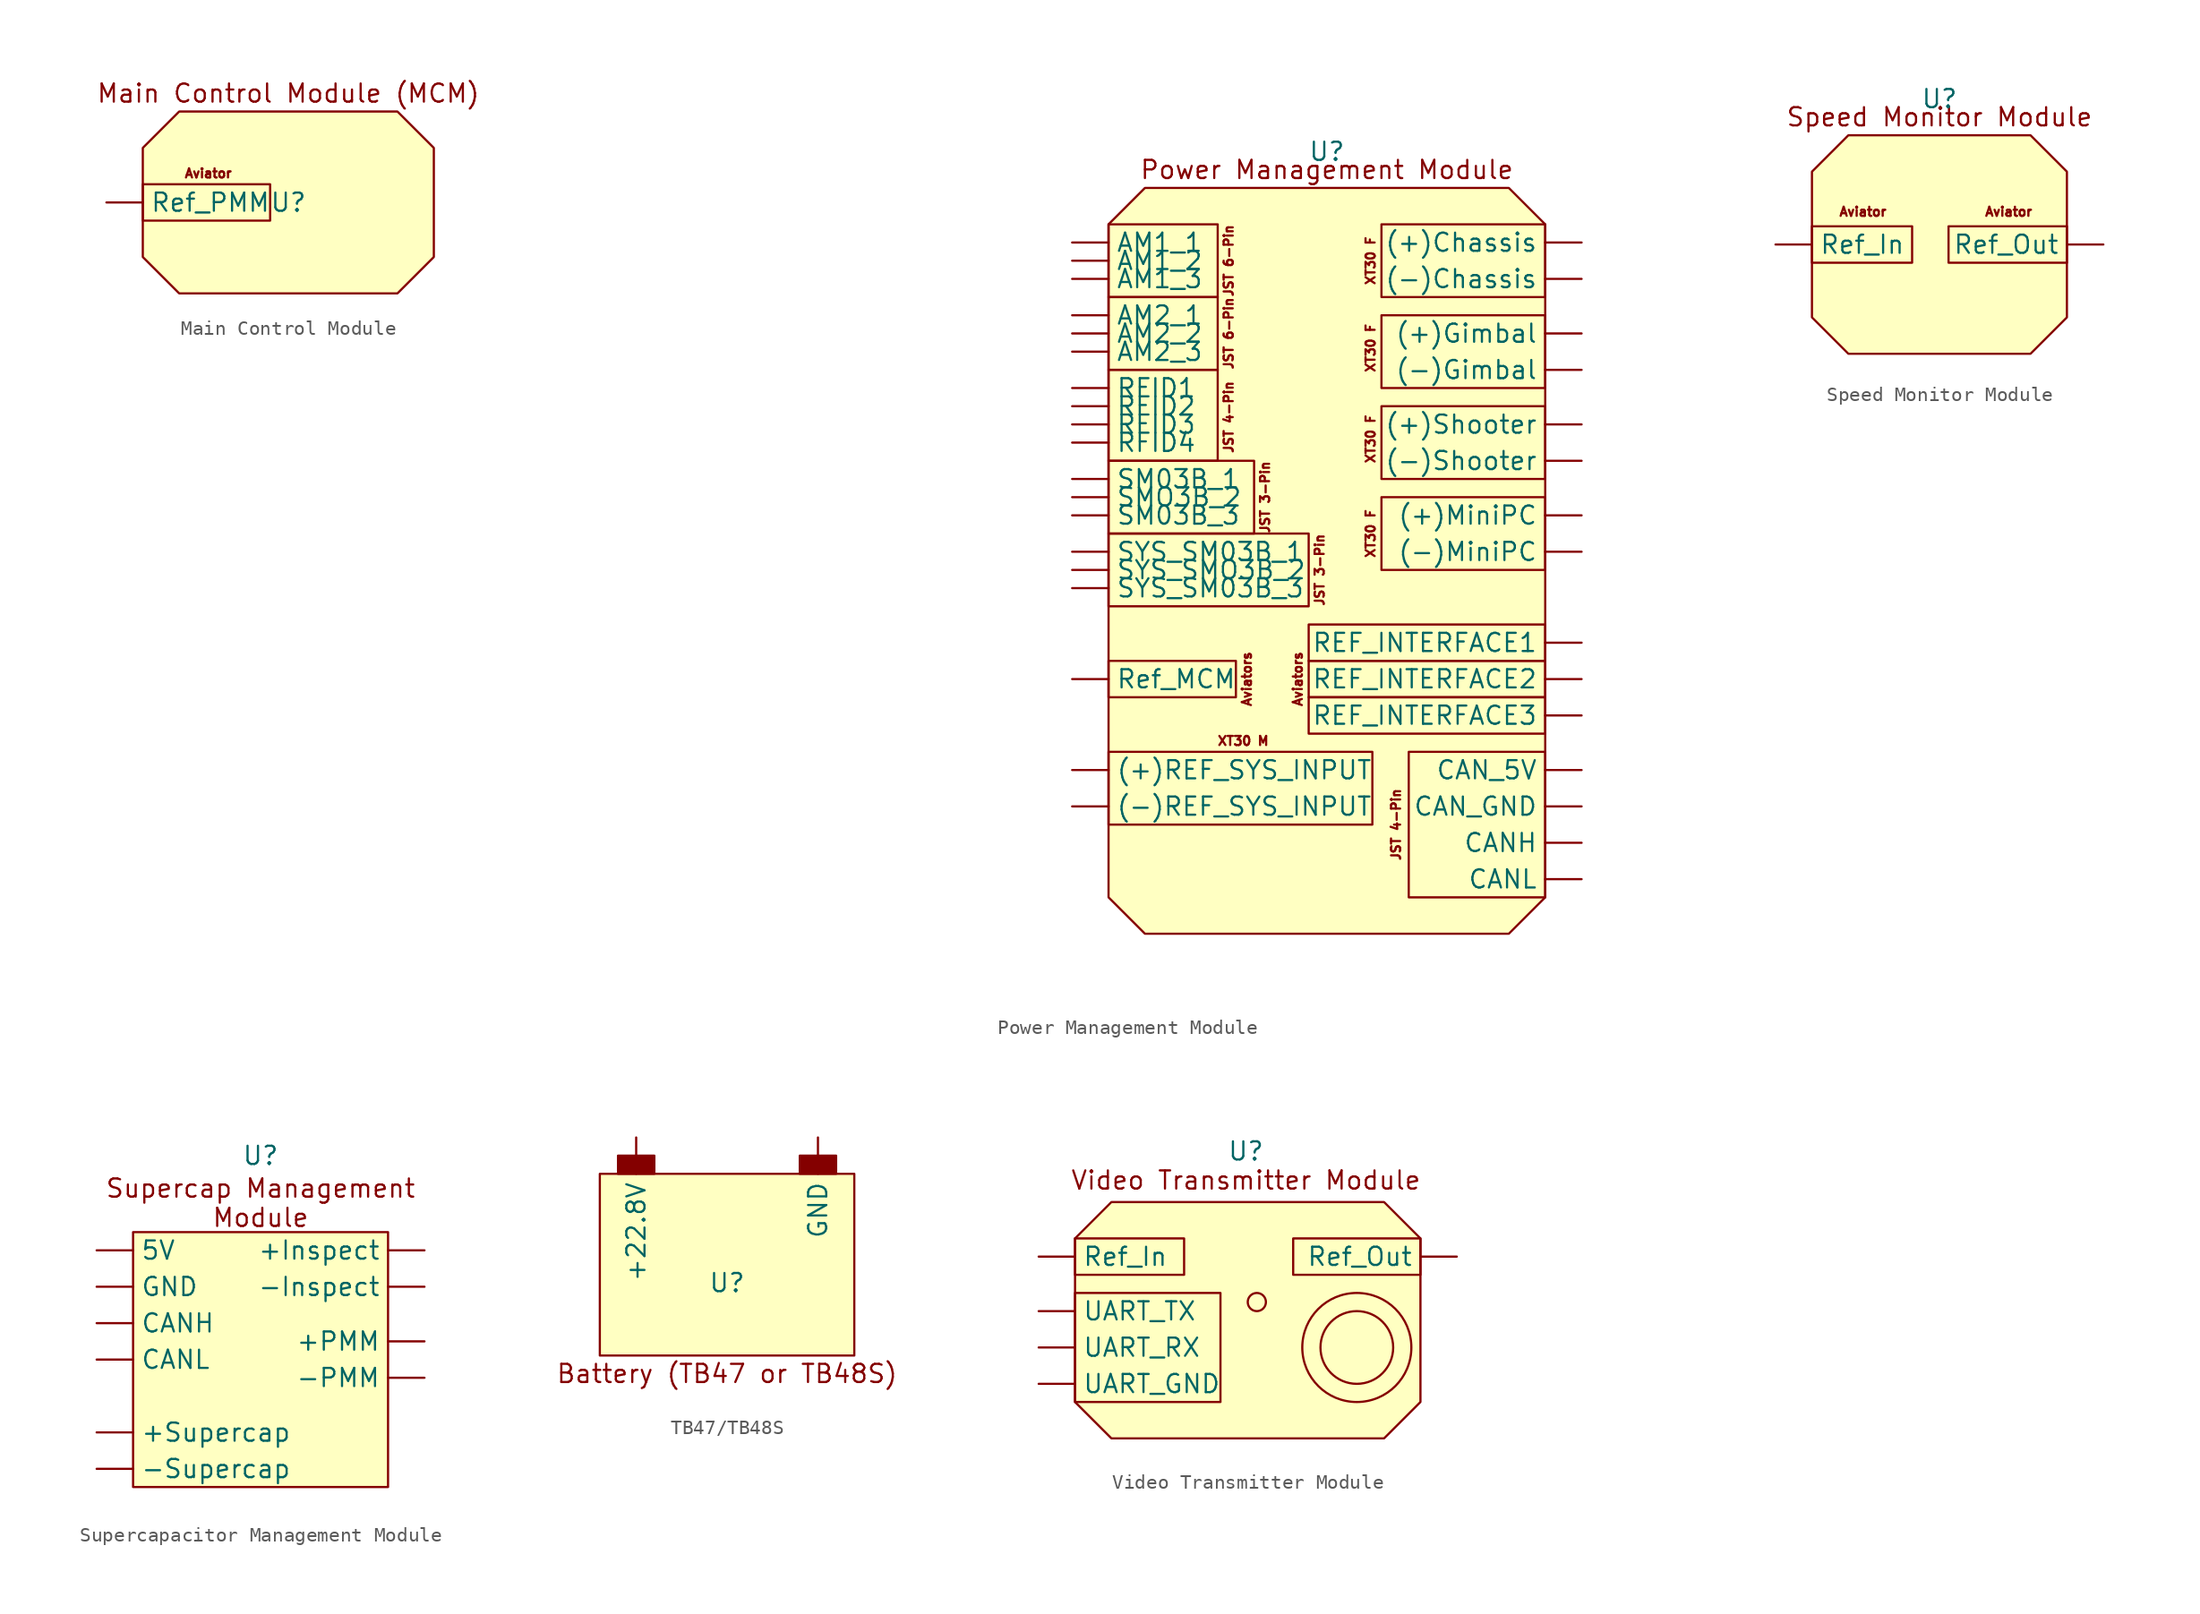
<source format=kicad_sym>
(kicad_symbol_lib
  (version 20231120)
  (generator "kicad_symbol_editor")
  (generator_version "8.0")
  (symbol "Main Control Module"
    (property "Reference" "U"
      (at 0 0 0)
      (effects (font (size 1.27 1.27))))
    (property "Value" ""
      (at 0 0 0)
      (effects (font (size 1.27 1.27))))
    (symbol "Main Control Module_1_1"
      (rectangle (start -10.16 1.27) (end -1.27 -1.27) (stroke (width 0) (type default)) (fill (type none)))
      (polyline (pts (xy -10.16 3.81) (xy -7.62 6.35) (xy 7.62 6.35) (xy 10.16 3.81) (xy 10.16 -3.81) (xy 7.62 -6.35) (xy -7.62 -6.35) (xy -10.16 -3.81) (xy -10.16 3.81)) (stroke (width 0) (type default)) (fill (type background)))
      (text "Aviator" (at -5.588 2.032 0) (effects (font (size 0.635 0.635))))
      (text "Main Control Module (MCM)" (at 0 7.62 0) (effects (font (size 1.27 1.27))))
      (pin unspecified line (at -12.7 0 0) (length 2.54) (name "Ref_PMM" (effects (font (size 1.27 1.27)))) (number "" (effects (font (size 1.27 1.27)))))))
  (symbol "Power Management Module"
    (property "Reference" "U"
      (at 0 26.67 0)
      (effects (font (size 1.27 1.27))))
    (property "Value" ""
      (at -45.72 3.81 0)
      (effects (font (size 1.27 1.27))))
    (symbol "Power Management Module_0_1"
      (rectangle (start -15.24 -15.24) (end 3.175 -20.32) (stroke (width 0) (type default)) (fill (type none)))
      (rectangle (start -15.24 0) (end -1.27 -5.08) (stroke (width 0) (type default)) (fill (type none)))
      (rectangle (start -15.24 5.08) (end -5.08 0) (stroke (width 0) (type default)) (fill (type none)))
      (rectangle (start -15.24 11.43) (end -7.62 5.08) (stroke (width 0) (type default)) (fill (type none)))
      (rectangle (start -15.24 16.51) (end -7.62 11.43) (stroke (width 0) (type default)) (fill (type none)))
      (rectangle (start -15.24 21.59) (end -7.62 16.51) (stroke (width 0) (type default)) (fill (type none)))
      (rectangle (start 3.81 2.54) (end 15.24 -2.54) (stroke (width 0) (type default)) (fill (type none)))
      (rectangle (start 3.81 8.89) (end 15.24 3.81) (stroke (width 0) (type default)) (fill (type none)))
      (rectangle (start 3.81 15.24) (end 15.24 10.16) (stroke (width 0) (type default)) (fill (type none)))
      (rectangle (start 3.81 21.59) (end 15.24 16.51) (stroke (width 0) (type default)) (fill (type none))))
    (symbol "Power Management Module_1_1"
      (rectangle (start -15.24 -8.89) (end -6.35 -11.43) (stroke (width 0) (type default)) (fill (type none)))
      (rectangle (start -1.27 -8.89) (end 15.24 -11.43) (stroke (width 0) (type default)) (fill (type none)))
      (polyline (pts (xy -15.24 21.59) (xy -12.7 24.13) (xy 12.7 24.13) (xy 15.24 21.59) (xy 15.24 -25.4) (xy 12.7 -27.94) (xy -12.7 -27.94) (xy -15.24 -25.4) (xy -15.24 21.59)) (stroke (width 0) (type default)) (fill (type background)))
      (rectangle (start 5.715 -15.24) (end 15.24 -25.4) (stroke (width 0) (type default)) (fill (type none)))
      (rectangle (start 15.24 -11.43) (end -1.27 -13.97) (stroke (width 0) (type default)) (fill (type none)))
      (rectangle (start 15.24 -6.35) (end -1.27 -8.89) (stroke (width 0) (type default)) (fill (type none)))
      (text "Aviators" (at -5.588 -10.16 900) (effects (font (size 0.635 0.635))))
      (text "Aviators" (at -2.032 -10.16 900) (effects (font (size 0.635 0.635))))
      (text "JST 3-Pin" (at -4.318 2.54 900) (effects (font (size 0.635 0.635))))
      (text "JST 3-Pin" (at -0.508 -2.54 900) (effects (font (size 0.635 0.635))))
      (text "JST 4-Pin" (at -6.858 8.128 900) (effects (font (size 0.635 0.635))))
      (text "JST 4-Pin" (at 4.826 -20.32 900) (effects (font (size 0.635 0.635))))
      (text "JST 6-Pin" (at -6.858 13.97 900) (effects (font (size 0.635 0.635))))
      (text "JST 6-Pin" (at -6.858 19.05 900) (effects (font (size 0.635 0.635))))
      (text "Power Management Module" (at 0 25.4 0) (effects (font (size 1.27 1.27))))
      (text "XT30 F" (at 3.048 0 900) (effects (font (size 0.635 0.635))))
      (text "XT30 F" (at 3.048 6.604 900) (effects (font (size 0.635 0.635))))
      (text "XT30 F" (at 3.048 12.954 900) (effects (font (size 0.635 0.635))))
      (text "XT30 F" (at 3.048 19.05 900) (effects (font (size 0.635 0.635))))
      (text "XT30 M" (at -5.842 -14.478 0) (effects (font (size 0.635 0.635))))
      (pin output line (at 17.78 20.32 180) (length 2.54) (name "(+)Chassis" (effects (font (size 1.27 1.27)))) (number "" (effects (font (size 1.27 1.27)))))
      (pin output line (at 17.78 13.97 180) (length 2.54) (name "(+)Gimbal" (effects (font (size 1.27 1.27)))) (number "" (effects (font (size 1.27 1.27)))))
      (pin output line (at 17.78 1.27 180) (length 2.54) (name "(+)MiniPC" (effects (font (size 1.27 1.27)))) (number "" (effects (font (size 1.27 1.27)))))
      (pin input line (at -17.78 -16.51 0) (length 2.54) (name "(+)REF_SYS_INPUT" (effects (font (size 1.27 1.27)))) (number "" (effects (font (size 1.27 1.27)))))
      (pin output line (at 17.78 7.62 180) (length 2.54) (name "(+)Shooter" (effects (font (size 1.27 1.27)))) (number "" (effects (font (size 1.27 1.27)))))
      (pin output line (at 17.78 17.78 180) (length 2.54) (name "(-)Chassis" (effects (font (size 1.27 1.27)))) (number "" (effects (font (size 1.27 1.27)))))
      (pin output line (at 17.78 11.43 180) (length 2.54) (name "(-)Gimbal" (effects (font (size 1.27 1.27)))) (number "" (effects (font (size 1.27 1.27)))))
      (pin output line (at 17.78 -1.27 180) (length 2.54) (name "(-)MiniPC" (effects (font (size 1.27 1.27)))) (number "" (effects (font (size 1.27 1.27)))))
      (pin input line (at -17.78 -19.05 0) (length 2.54) (name "(-)REF_SYS_INPUT" (effects (font (size 1.27 1.27)))) (number "" (effects (font (size 1.27 1.27)))))
      (pin output line (at 17.78 5.08 180) (length 2.54) (name "(-)Shooter" (effects (font (size 1.27 1.27)))) (number "" (effects (font (size 1.27 1.27)))))
      (pin output line (at -17.78 20.32 0) (length 2.54) (name "AM1_1" (effects (font (size 1.27 1.27)))) (number "" (effects (font (size 1.27 1.27)))))
      (pin output line (at -17.78 19.05 0) (length 2.54) (name "AM1_2" (effects (font (size 1.27 1.27)))) (number "" (effects (font (size 1.27 1.27)))))
      (pin output line (at -17.78 17.78 0) (length 2.54) (name "AM1_3" (effects (font (size 1.27 1.27)))) (number "" (effects (font (size 1.27 1.27)))))
      (pin output line (at -17.78 15.24 0) (length 2.54) (name "AM2_1" (effects (font (size 1.27 1.27)))) (number "" (effects (font (size 1.27 1.27)))))
      (pin output line (at -17.78 13.97 0) (length 2.54) (name "AM2_2" (effects (font (size 1.27 1.27)))) (number "" (effects (font (size 1.27 1.27)))))
      (pin output line (at -17.78 12.7 0) (length 2.54) (name "AM2_3" (effects (font (size 1.27 1.27)))) (number "" (effects (font (size 1.27 1.27)))))
      (pin output line (at 17.78 -21.59 180) (length 2.54) (name "CANH" (effects (font (size 1.27 1.27)))) (number "" (effects (font (size 1.27 1.27)))))
      (pin output line (at 17.78 -24.13 180) (length 2.54) (name "CANL" (effects (font (size 1.27 1.27)))) (number "" (effects (font (size 1.27 1.27)))))
      (pin output line (at 17.78 -16.51 180) (length 2.54) (name "CAN_5V" (effects (font (size 1.27 1.27)))) (number "" (effects (font (size 1.27 1.27)))))
      (pin output line (at 17.78 -19.05 180) (length 2.54) (name "CAN_GND" (effects (font (size 1.27 1.27)))) (number "" (effects (font (size 1.27 1.27)))))
      (pin unspecified line (at 17.78 -7.62 180) (length 2.54) (name "REF_INTERFACE1" (effects (font (size 1.27 1.27)))) (number "" (effects (font (size 1.27 1.27)))))
      (pin unspecified line (at 17.78 -10.16 180) (length 2.54) (name "REF_INTERFACE2" (effects (font (size 1.27 1.27)))) (number "" (effects (font (size 1.27 1.27)))))
      (pin unspecified line (at 17.78 -12.7 180) (length 2.54) (name "REF_INTERFACE3" (effects (font (size 1.27 1.27)))) (number "" (effects (font (size 1.27 1.27)))))
      (pin output line (at -17.78 10.16 0) (length 2.54) (name "RFID1" (effects (font (size 1.27 1.27)))) (number "" (effects (font (size 1.27 1.27)))))
      (pin output line (at -17.78 8.89 0) (length 2.54) (name "RFID2" (effects (font (size 1.27 1.27)))) (number "" (effects (font (size 1.27 1.27)))))
      (pin output line (at -17.78 7.62 0) (length 2.54) (name "RFID3" (effects (font (size 1.27 1.27)))) (number "" (effects (font (size 1.27 1.27)))))
      (pin output line (at -17.78 6.35 0) (length 2.54) (name "RFID4" (effects (font (size 1.27 1.27)))) (number "" (effects (font (size 1.27 1.27)))))
      (pin unspecified line (at -17.78 -10.16 0) (length 2.54) (name "Ref_MCM" (effects (font (size 1.27 1.27)))) (number "" (effects (font (size 1.27 1.27)))))
      (pin output line (at -17.78 3.81 0) (length 2.54) (name "SM03B_1" (effects (font (size 1.27 1.27)))) (number "" (effects (font (size 1.27 1.27)))))
      (pin output line (at -17.78 1.27 0) (length 2.54) (name "SM03B_3" (effects (font (size 1.27 1.27)))) (number "" (effects (font (size 1.27 1.27)))))
      (pin output line (at -17.78 2.54 0) (length 2.54) (name "SMO3B_2" (effects (font (size 1.27 1.27)))) (number "" (effects (font (size 1.27 1.27)))))
      (pin output line (at -17.78 -1.27 0) (length 2.54) (name "SYS_SM03B_1" (effects (font (size 1.27 1.27)))) (number "" (effects (font (size 1.27 1.27)))))
      (pin output line (at -17.78 -3.81 0) (length 2.54) (name "SYS_SM03B_3" (effects (font (size 1.27 1.27)))) (number "" (effects (font (size 1.27 1.27)))))
      (pin output line (at -17.78 -2.54 0) (length 2.54) (name "SYS_SMO3B_2" (effects (font (size 1.27 1.27)))) (number "" (effects (font (size 1.27 1.27)))))))
  (symbol "Speed Monitor Module"
    (property "Reference" "U"
      (at 0 10.16 0)
      (effects (font (size 1.27 1.27))))
    (property "Value" ""
      (at 0 7.62 0)
      (effects (font (size 1.27 1.27))))
    (symbol "Speed Monitor Module_0_1"
      (rectangle (start -8.89 1.27) (end -1.905 -1.27) (stroke (width 0) (type default)) (fill (type none)))
      (rectangle (start 0.635 1.27) (end 8.89 -1.27) (stroke (width 0) (type default)) (fill (type none))))
    (symbol "Speed Monitor Module_1_1"
      (polyline (pts (xy -8.89 5.08) (xy -6.35 7.62) (xy 6.35 7.62) (xy 8.89 5.08) (xy 8.89 -5.08) (xy 6.35 -7.62) (xy -6.35 -7.62) (xy -8.89 -5.08) (xy -8.89 5.08)) (stroke (width 0) (type default)) (fill (type background)))
      (text "Aviator" (at -5.334 2.286 0) (effects (font (size 0.635 0.635))))
      (text "Aviator" (at 4.826 2.286 0) (effects (font (size 0.635 0.635))))
      (text "Speed Monitor Module" (at 0 8.89 0) (effects (font (size 1.27 1.27))))
      (pin input line (at -11.43 0 0) (length 2.54) (name "Ref_In" (effects (font (size 1.27 1.27)))) (number "" (effects (font (size 1.27 1.27)))))
      (pin output line (at 11.43 0 180) (length 2.54) (name "Ref_Out" (effects (font (size 1.27 1.27)))) (number "" (effects (font (size 1.27 1.27)))))))
  (symbol "Supercapacitor Management Module"
    (property "Reference" "U"
      (at 0 14.224 0)
      (effects (font (size 1.27 1.27))))
    (property "Value" ""
      (at 1.27 -1.27 0)
      (effects (font (size 1.27 1.27))))
    (symbol "Supercapacitor Management Module_1_1"
      (rectangle (start -8.89 8.89) (end 8.89 -8.89) (stroke (width 0) (type default)) (fill (type background)))
      (text "Supercap Management\nModule" (at 0 10.922 0) (effects (font (size 1.27 1.27))))
      (pin output line (at 11.43 7.62 180) (length 2.54) (name "+Inspect" (effects (font (size 1.27 1.27)))) (number "" (effects (font (size 1.27 1.27)))))
      (pin power_out line (at 11.43 1.27 180) (length 2.54) (name "+PMM" (effects (font (size 1.27 1.27)))) (number "" (effects (font (size 1.27 1.27)))))
      (pin power_out line (at -11.43 -5.08 0) (length 2.54) (name "+Supercap" (effects (font (size 1.27 1.27)))) (number "" (effects (font (size 1.27 1.27)))))
      (pin output line (at 11.43 5.08 180) (length 2.54) (name "-Inspect" (effects (font (size 1.27 1.27)))) (number "" (effects (font (size 1.27 1.27)))))
      (pin power_out line (at 11.43 -1.27 180) (length 2.54) (name "-PMM" (effects (font (size 1.27 1.27)))) (number "" (effects (font (size 1.27 1.27)))))
      (pin power_out line (at -11.43 -7.62 0) (length 2.54) (name "-Supercap" (effects (font (size 1.27 1.27)))) (number "" (effects (font (size 1.27 1.27)))))
      (pin power_in line (at -11.43 7.62 0) (length 2.54) (name "5V" (effects (font (size 1.27 1.27)))) (number "" (effects (font (size 1.27 1.27)))))
      (pin input line (at -11.43 2.54 0) (length 2.54) (name "CANH" (effects (font (size 1.27 1.27)))) (number "" (effects (font (size 1.27 1.27)))))
      (pin input line (at -11.43 0 0) (length 2.54) (name "CANL" (effects (font (size 1.27 1.27)))) (number "" (effects (font (size 1.27 1.27)))))
      (pin power_in line (at -11.43 5.08 0) (length 2.54) (name "GND" (effects (font (size 1.27 1.27)))) (number "" (effects (font (size 1.27 1.27)))))))
  (symbol "TB47/TB48S"
    (property "Reference" "U"
      (at 0 -1.27 0)
      (effects (font (size 1.27 1.27))))
    (property "Value" ""
      (at 0 -1.27 0)
      (effects (font (size 1.27 1.27))))
    (symbol "TB47/TB48S_1_1"
      (rectangle (start -8.89 6.35) (end 8.89 -6.35) (stroke (width 0) (type default)) (fill (type background)))
      (rectangle (start -7.62 7.62) (end -5.08 6.35) (stroke (width 0) (type default)) (fill (type outline)))
      (rectangle (start 5.08 7.62) (end 7.62 6.35) (stroke (width 0) (type default)) (fill (type outline)))
      (text "Battery (TB47 or TB48S)" (at 0 -7.62 0) (effects (font (size 1.27 1.27))))
      (pin power_out line (at -6.35 8.89 270) (length 2.54) (name "+22.8V" (effects (font (size 1.27 1.27)))) (number "" (effects (font (size 1.27 1.27)))))
      (pin power_out line (at 6.35 8.89 270) (length 2.54) (name "GND" (effects (font (size 1.27 1.27)))) (number "" (effects (font (size 1.27 1.27)))))))
  (symbol "Video Transmitter Module"
    (property "Reference" "U"
      (at 0.508 11.176 0)
      (effects (font (size 1.27 1.27))))
    (property "Value" ""
      (at -2.54 0 0)
      (effects (font (size 1.27 1.27))))
    (symbol "Video Transmitter Module_0_1"
      (rectangle (start -11.43 1.27) (end -1.27 -6.35) (stroke (width 0) (type default)) (fill (type none)))
      (rectangle (start -11.43 5.08) (end -3.81 2.54) (stroke (width 0) (type default)) (fill (type none)))
      (polyline (pts (xy -11.43 5.08) (xy -11.43 5.08)) (stroke (width 0) (type default)) (fill (type none)))
      (circle (center 1.27 0.635) (radius 0.635) (stroke (width 0) (type default)) (fill (type none)))
      (rectangle (start 3.81 5.08) (end 12.7 2.54) (stroke (width 0) (type default)) (fill (type none)))
      (circle (center 8.255 -2.54) (radius 2.54) (stroke (width 0) (type default)) (fill (type none)))
      (circle (center 8.255 -2.54) (radius 3.81) (stroke (width 0) (type default)) (fill (type none))))
    (symbol "Video Transmitter Module_1_1"
      (polyline (pts (xy -11.43 5.08) (xy -8.89 7.62) (xy 10.16 7.62) (xy 12.7 5.08) (xy 12.7 -6.35) (xy 10.16 -8.89) (xy -8.89 -8.89) (xy -11.43 -6.35) (xy -11.43 5.08)) (stroke (width 0) (type default)) (fill (type background)))
      (text "Video Transmitter Module" (at 0.508 9.144 0) (effects (font (size 1.27 1.27))))
      (pin input line (at -13.97 3.81 0) (length 2.54) (name "Ref_In" (effects (font (size 1.27 1.27)))) (number "" (effects (font (size 1.27 1.27)))))
      (pin output line (at 15.24 3.81 180) (length 2.54) (name "Ref_Out" (effects (font (size 1.27 1.27)))) (number "" (effects (font (size 1.27 1.27)))))
      (pin bidirectional line (at -13.97 -5.08 0) (length 2.54) (name "UART_GND" (effects (font (size 1.27 1.27)))) (number "" (effects (font (size 1.27 1.27)))))
      (pin input line (at -13.97 -2.54 0) (length 2.54) (name "UART_RX" (effects (font (size 1.27 1.27)))) (number "" (effects (font (size 1.27 1.27)))))
      (pin output line (at -13.97 0 0) (length 2.54) (name "UART_TX" (effects (font (size 1.27 1.27)))) (number "" (effects (font (size 1.27 1.27))))))))
</source>
